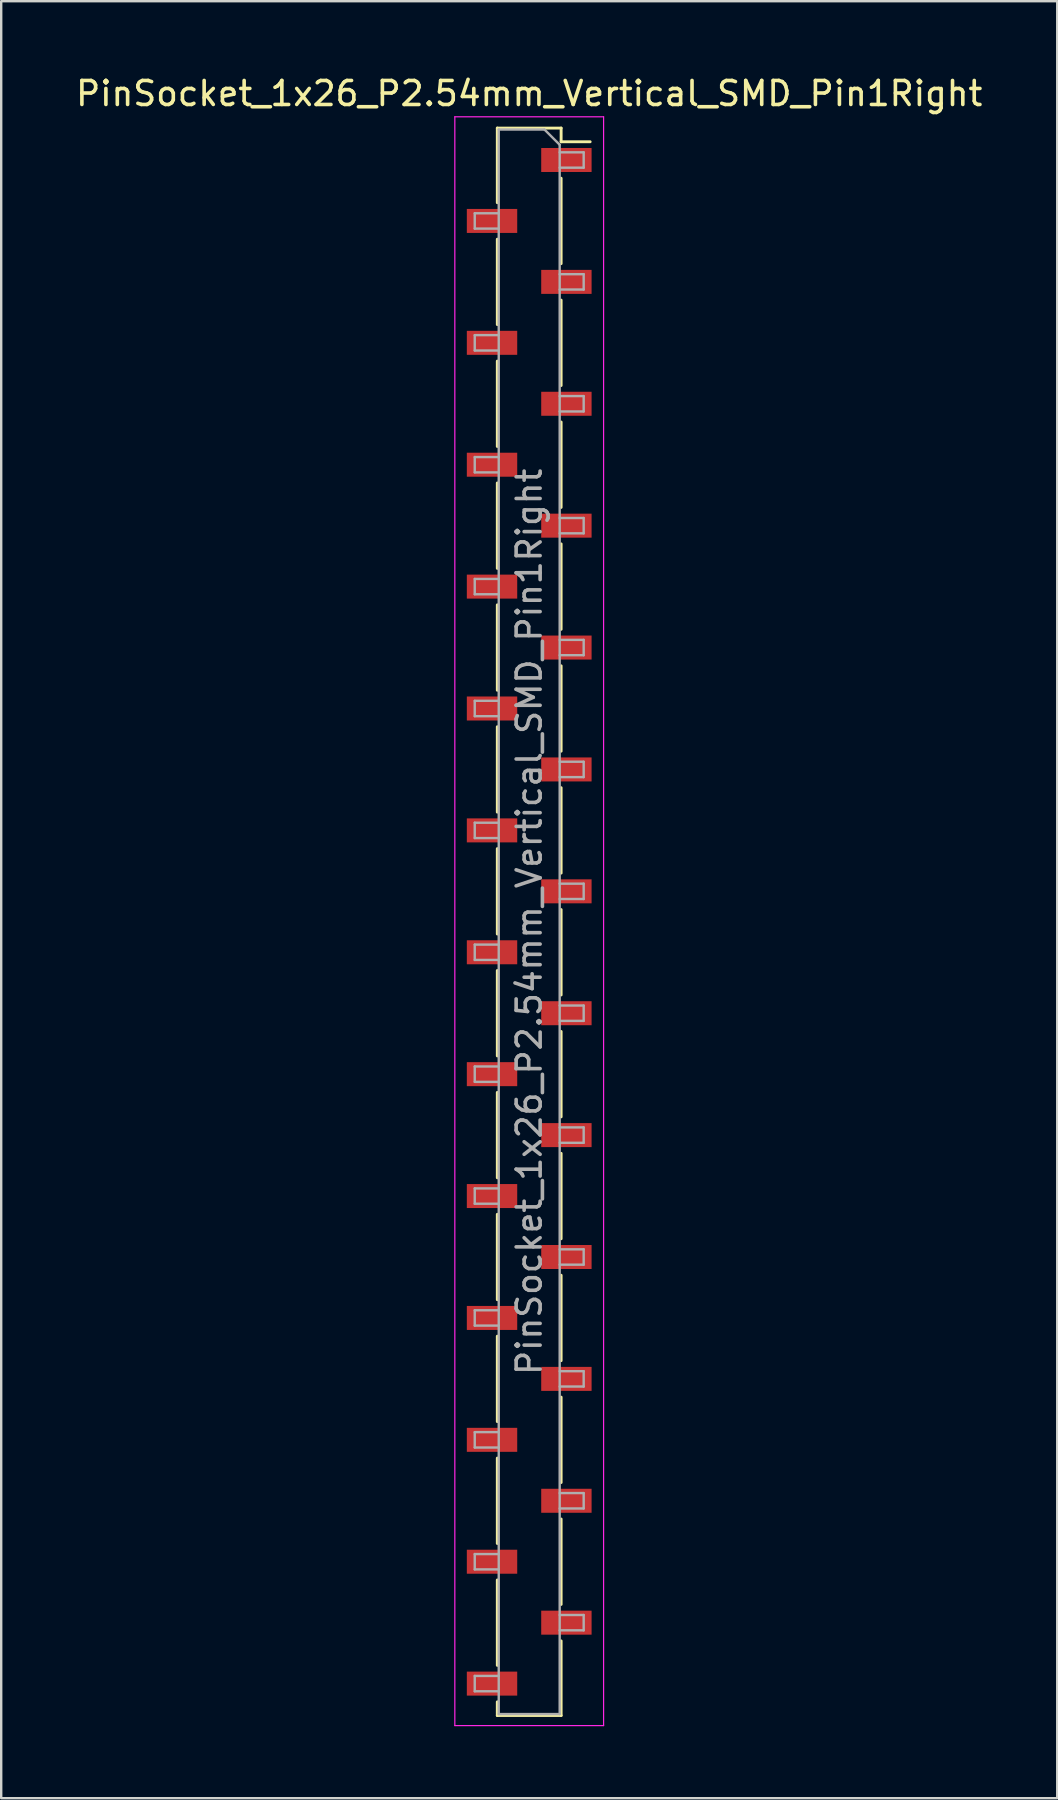
<source format=kicad_pcb>
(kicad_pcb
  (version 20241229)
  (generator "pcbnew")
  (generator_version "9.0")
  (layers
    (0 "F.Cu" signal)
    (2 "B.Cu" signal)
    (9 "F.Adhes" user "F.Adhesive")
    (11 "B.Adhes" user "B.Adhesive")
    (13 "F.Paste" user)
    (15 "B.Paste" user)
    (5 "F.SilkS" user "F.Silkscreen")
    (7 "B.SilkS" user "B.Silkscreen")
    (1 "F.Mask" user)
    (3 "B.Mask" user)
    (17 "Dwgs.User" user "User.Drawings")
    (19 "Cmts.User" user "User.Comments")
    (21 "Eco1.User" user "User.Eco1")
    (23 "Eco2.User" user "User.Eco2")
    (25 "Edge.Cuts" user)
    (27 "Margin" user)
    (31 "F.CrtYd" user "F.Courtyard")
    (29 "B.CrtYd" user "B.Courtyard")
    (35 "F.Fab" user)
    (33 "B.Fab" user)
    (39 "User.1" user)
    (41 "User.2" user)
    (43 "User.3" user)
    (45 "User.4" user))
  (footprint "PinSocket_1x26_P2.54mm_Vertical_SMD_Pin1Right"
    (layer "F.Cu")
    (at 19.006 35.368)
    (property "Reference" "PinSocket_1x26_P2.54mm_Vertical_SMD_Pin1Right" (at 0 -34.52 0) (layer "F.SilkS") (effects (font (size 1 1) (thickness 0.15))))
    (attr smd)
    (fp_line (start -1.33 -33.08) (end -1.33 -29.97) (stroke (width 0.12) (type solid)) (layer "F.SilkS"))
    (fp_line (start -1.33 -33.08) (end 1.33 -33.08) (stroke (width 0.12) (type solid)) (layer "F.SilkS"))
    (fp_line (start -1.33 -28.45) (end -1.33 -24.89) (stroke (width 0.12) (type solid)) (layer "F.SilkS"))
    (fp_line (start -1.33 -23.37) (end -1.33 -19.81) (stroke (width 0.12) (type solid)) (layer "F.SilkS"))
    (fp_line (start -1.33 -18.29) (end -1.33 -14.73) (stroke (width 0.12) (type solid)) (layer "F.SilkS"))
    (fp_line (start -1.33 -13.21) (end -1.33 -9.65) (stroke (width 0.12) (type solid)) (layer "F.SilkS"))
    (fp_line (start -1.33 -8.13) (end -1.33 -4.57) (stroke (width 0.12) (type solid)) (layer "F.SilkS"))
    (fp_line (start -1.33 -3.05) (end -1.33 0.51) (stroke (width 0.12) (type solid)) (layer "F.SilkS"))
    (fp_line (start -1.33 2.03) (end -1.33 5.59) (stroke (width 0.12) (type solid)) (layer "F.SilkS"))
    (fp_line (start -1.33 7.11) (end -1.33 10.67) (stroke (width 0.12) (type solid)) (layer "F.SilkS"))
    (fp_line (start -1.33 12.19) (end -1.33 15.75) (stroke (width 0.12) (type solid)) (layer "F.SilkS"))
    (fp_line (start -1.33 17.27) (end -1.33 20.83) (stroke (width 0.12) (type solid)) (layer "F.SilkS"))
    (fp_line (start -1.33 22.35) (end -1.33 25.91) (stroke (width 0.12) (type solid)) (layer "F.SilkS"))
    (fp_line (start -1.33 27.43) (end -1.33 30.99) (stroke (width 0.12) (type solid)) (layer "F.SilkS"))
    (fp_line (start -1.33 32.51) (end -1.33 33.08) (stroke (width 0.12) (type solid)) (layer "F.SilkS"))
    (fp_line (start -1.33 33.08) (end 1.33 33.08) (stroke (width 0.12) (type solid)) (layer "F.SilkS"))
    (fp_line (start 1.33 -33.08) (end 1.33 -32.51) (stroke (width 0.12) (type solid)) (layer "F.SilkS"))
    (fp_line (start 1.33 -32.51) (end 2.54 -32.51) (stroke (width 0.12) (type solid)) (layer "F.SilkS"))
    (fp_line (start 1.33 -30.99) (end 1.33 -27.43) (stroke (width 0.12) (type solid)) (layer "F.SilkS"))
    (fp_line (start 1.33 -25.91) (end 1.33 -22.35) (stroke (width 0.12) (type solid)) (layer "F.SilkS"))
    (fp_line (start 1.33 -20.83) (end 1.33 -17.27) (stroke (width 0.12) (type solid)) (layer "F.SilkS"))
    (fp_line (start 1.33 -15.75) (end 1.33 -12.19) (stroke (width 0.12) (type solid)) (layer "F.SilkS"))
    (fp_line (start 1.33 -10.67) (end 1.33 -7.11) (stroke (width 0.12) (type solid)) (layer "F.SilkS"))
    (fp_line (start 1.33 -5.59) (end 1.33 -2.03) (stroke (width 0.12) (type solid)) (layer "F.SilkS"))
    (fp_line (start 1.33 -0.51) (end 1.33 3.05) (stroke (width 0.12) (type solid)) (layer "F.SilkS"))
    (fp_line (start 1.33 4.57) (end 1.33 8.13) (stroke (width 0.12) (type solid)) (layer "F.SilkS"))
    (fp_line (start 1.33 9.65) (end 1.33 13.21) (stroke (width 0.12) (type solid)) (layer "F.SilkS"))
    (fp_line (start 1.33 14.73) (end 1.33 18.29) (stroke (width 0.12) (type solid)) (layer "F.SilkS"))
    (fp_line (start 1.33 19.81) (end 1.33 23.37) (stroke (width 0.12) (type solid)) (layer "F.SilkS"))
    (fp_line (start 1.33 24.89) (end 1.33 28.45) (stroke (width 0.12) (type solid)) (layer "F.SilkS"))
    (fp_line (start 1.33 29.97) (end 1.33 33.08) (stroke (width 0.12) (type solid)) (layer "F.SilkS"))
    (fp_line (start -3.1 -33.55) (end 3.1 -33.55) (stroke (width 0.05) (type solid)) (layer "F.CrtYd"))
    (fp_line (start -3.1 33.5) (end -3.1 -33.55) (stroke (width 0.05) (type solid)) (layer "F.CrtYd"))
    (fp_line (start 3.1 -33.55) (end 3.1 33.5) (stroke (width 0.05) (type solid)) (layer "F.CrtYd"))
    (fp_line (start 3.1 33.5) (end -3.1 33.5) (stroke (width 0.05) (type solid)) (layer "F.CrtYd"))
    (fp_line (start -2.27 -29.53) (end -1.27 -29.53) (stroke (width 0.1) (type solid)) (layer "F.Fab"))
    (fp_line (start -2.27 -28.89) (end -2.27 -29.53) (stroke (width 0.1) (type solid)) (layer "F.Fab"))
    (fp_line (start -2.27 -24.45) (end -1.27 -24.45) (stroke (width 0.1) (type solid)) (layer "F.Fab"))
    (fp_line (start -2.27 -23.81) (end -2.27 -24.45) (stroke (width 0.1) (type solid)) (layer "F.Fab"))
    (fp_line (start -2.27 -19.37) (end -1.27 -19.37) (stroke (width 0.1) (type solid)) (layer "F.Fab"))
    (fp_line (start -2.27 -18.73) (end -2.27 -19.37) (stroke (width 0.1) (type solid)) (layer "F.Fab"))
    (fp_line (start -2.27 -14.29) (end -1.27 -14.29) (stroke (width 0.1) (type solid)) (layer "F.Fab"))
    (fp_line (start -2.27 -13.65) (end -2.27 -14.29) (stroke (width 0.1) (type solid)) (layer "F.Fab"))
    (fp_line (start -2.27 -9.21) (end -1.27 -9.21) (stroke (width 0.1) (type solid)) (layer "F.Fab"))
    (fp_line (start -2.27 -8.57) (end -2.27 -9.21) (stroke (width 0.1) (type solid)) (layer "F.Fab"))
    (fp_line (start -2.27 -4.13) (end -1.27 -4.13) (stroke (width 0.1) (type solid)) (layer "F.Fab"))
    (fp_line (start -2.27 -3.49) (end -2.27 -4.13) (stroke (width 0.1) (type solid)) (layer "F.Fab"))
    (fp_line (start -2.27 0.95) (end -1.27 0.95) (stroke (width 0.1) (type solid)) (layer "F.Fab"))
    (fp_line (start -2.27 1.59) (end -2.27 0.95) (stroke (width 0.1) (type solid)) (layer "F.Fab"))
    (fp_line (start -2.27 6.03) (end -1.27 6.03) (stroke (width 0.1) (type solid)) (layer "F.Fab"))
    (fp_line (start -2.27 6.67) (end -2.27 6.03) (stroke (width 0.1) (type solid)) (layer "F.Fab"))
    (fp_line (start -2.27 11.11) (end -1.27 11.11) (stroke (width 0.1) (type solid)) (layer "F.Fab"))
    (fp_line (start -2.27 11.75) (end -2.27 11.11) (stroke (width 0.1) (type solid)) (layer "F.Fab"))
    (fp_line (start -2.27 16.19) (end -1.27 16.19) (stroke (width 0.1) (type solid)) (layer "F.Fab"))
    (fp_line (start -2.27 16.83) (end -2.27 16.19) (stroke (width 0.1) (type solid)) (layer "F.Fab"))
    (fp_line (start -2.27 21.27) (end -1.27 21.27) (stroke (width 0.1) (type solid)) (layer "F.Fab"))
    (fp_line (start -2.27 21.91) (end -2.27 21.27) (stroke (width 0.1) (type solid)) (layer "F.Fab"))
    (fp_line (start -2.27 26.35) (end -1.27 26.35) (stroke (width 0.1) (type solid)) (layer "F.Fab"))
    (fp_line (start -2.27 26.99) (end -2.27 26.35) (stroke (width 0.1) (type solid)) (layer "F.Fab"))
    (fp_line (start -2.27 31.43) (end -1.27 31.43) (stroke (width 0.1) (type solid)) (layer "F.Fab"))
    (fp_line (start -2.27 32.07) (end -2.27 31.43) (stroke (width 0.1) (type solid)) (layer "F.Fab"))
    (fp_line (start -1.27 -33.02) (end 0.635 -33.02) (stroke (width 0.1) (type solid)) (layer "F.Fab"))
    (fp_line (start -1.27 -28.89) (end -2.27 -28.89) (stroke (width 0.1) (type solid)) (layer "F.Fab"))
    (fp_line (start -1.27 -23.81) (end -2.27 -23.81) (stroke (width 0.1) (type solid)) (layer "F.Fab"))
    (fp_line (start -1.27 -18.73) (end -2.27 -18.73) (stroke (width 0.1) (type solid)) (layer "F.Fab"))
    (fp_line (start -1.27 -13.65) (end -2.27 -13.65) (stroke (width 0.1) (type solid)) (layer "F.Fab"))
    (fp_line (start -1.27 -8.57) (end -2.27 -8.57) (stroke (width 0.1) (type solid)) (layer "F.Fab"))
    (fp_line (start -1.27 -3.49) (end -2.27 -3.49) (stroke (width 0.1) (type solid)) (layer "F.Fab"))
    (fp_line (start -1.27 1.59) (end -2.27 1.59) (stroke (width 0.1) (type solid)) (layer "F.Fab"))
    (fp_line (start -1.27 6.67) (end -2.27 6.67) (stroke (width 0.1) (type solid)) (layer "F.Fab"))
    (fp_line (start -1.27 11.75) (end -2.27 11.75) (stroke (width 0.1) (type solid)) (layer "F.Fab"))
    (fp_line (start -1.27 16.83) (end -2.27 16.83) (stroke (width 0.1) (type solid)) (layer "F.Fab"))
    (fp_line (start -1.27 21.91) (end -2.27 21.91) (stroke (width 0.1) (type solid)) (layer "F.Fab"))
    (fp_line (start -1.27 26.99) (end -2.27 26.99) (stroke (width 0.1) (type solid)) (layer "F.Fab"))
    (fp_line (start -1.27 32.07) (end -2.27 32.07) (stroke (width 0.1) (type solid)) (layer "F.Fab"))
    (fp_line (start -1.27 33.02) (end -1.27 -33.02) (stroke (width 0.1) (type solid)) (layer "F.Fab"))
    (fp_line (start 0.635 -33.02) (end 1.27 -32.385) (stroke (width 0.1) (type solid)) (layer "F.Fab"))
    (fp_line (start 1.27 -32.385) (end 1.27 33.02) (stroke (width 0.1) (type solid)) (layer "F.Fab"))
    (fp_line (start 1.27 -32.07) (end 2.27 -32.07) (stroke (width 0.1) (type solid)) (layer "F.Fab"))
    (fp_line (start 1.27 -26.99) (end 2.27 -26.99) (stroke (width 0.1) (type solid)) (layer "F.Fab"))
    (fp_line (start 1.27 -21.91) (end 2.27 -21.91) (stroke (width 0.1) (type solid)) (layer "F.Fab"))
    (fp_line (start 1.27 -16.83) (end 2.27 -16.83) (stroke (width 0.1) (type solid)) (layer "F.Fab"))
    (fp_line (start 1.27 -11.75) (end 2.27 -11.75) (stroke (width 0.1) (type solid)) (layer "F.Fab"))
    (fp_line (start 1.27 -6.67) (end 2.27 -6.67) (stroke (width 0.1) (type solid)) (layer "F.Fab"))
    (fp_line (start 1.27 -1.59) (end 2.27 -1.59) (stroke (width 0.1) (type solid)) (layer "F.Fab"))
    (fp_line (start 1.27 3.49) (end 2.27 3.49) (stroke (width 0.1) (type solid)) (layer "F.Fab"))
    (fp_line (start 1.27 8.57) (end 2.27 8.57) (stroke (width 0.1) (type solid)) (layer "F.Fab"))
    (fp_line (start 1.27 13.65) (end 2.27 13.65) (stroke (width 0.1) (type solid)) (layer "F.Fab"))
    (fp_line (start 1.27 18.73) (end 2.27 18.73) (stroke (width 0.1) (type solid)) (layer "F.Fab"))
    (fp_line (start 1.27 23.81) (end 2.27 23.81) (stroke (width 0.1) (type solid)) (layer "F.Fab"))
    (fp_line (start 1.27 28.89) (end 2.27 28.89) (stroke (width 0.1) (type solid)) (layer "F.Fab"))
    (fp_line (start 1.27 33.02) (end -1.27 33.02) (stroke (width 0.1) (type solid)) (layer "F.Fab"))
    (fp_line (start 2.27 -32.07) (end 2.27 -31.43) (stroke (width 0.1) (type solid)) (layer "F.Fab"))
    (fp_line (start 2.27 -31.43) (end 1.27 -31.43) (stroke (width 0.1) (type solid)) (layer "F.Fab"))
    (fp_line (start 2.27 -26.99) (end 2.27 -26.35) (stroke (width 0.1) (type solid)) (layer "F.Fab"))
    (fp_line (start 2.27 -26.35) (end 1.27 -26.35) (stroke (width 0.1) (type solid)) (layer "F.Fab"))
    (fp_line (start 2.27 -21.91) (end 2.27 -21.27) (stroke (width 0.1) (type solid)) (layer "F.Fab"))
    (fp_line (start 2.27 -21.27) (end 1.27 -21.27) (stroke (width 0.1) (type solid)) (layer "F.Fab"))
    (fp_line (start 2.27 -16.83) (end 2.27 -16.19) (stroke (width 0.1) (type solid)) (layer "F.Fab"))
    (fp_line (start 2.27 -16.19) (end 1.27 -16.19) (stroke (width 0.1) (type solid)) (layer "F.Fab"))
    (fp_line (start 2.27 -11.75) (end 2.27 -11.11) (stroke (width 0.1) (type solid)) (layer "F.Fab"))
    (fp_line (start 2.27 -11.11) (end 1.27 -11.11) (stroke (width 0.1) (type solid)) (layer "F.Fab"))
    (fp_line (start 2.27 -6.67) (end 2.27 -6.03) (stroke (width 0.1) (type solid)) (layer "F.Fab"))
    (fp_line (start 2.27 -6.03) (end 1.27 -6.03) (stroke (width 0.1) (type solid)) (layer "F.Fab"))
    (fp_line (start 2.27 -1.59) (end 2.27 -0.95) (stroke (width 0.1) (type solid)) (layer "F.Fab"))
    (fp_line (start 2.27 -0.95) (end 1.27 -0.95) (stroke (width 0.1) (type solid)) (layer "F.Fab"))
    (fp_line (start 2.27 3.49) (end 2.27 4.13) (stroke (width 0.1) (type solid)) (layer "F.Fab"))
    (fp_line (start 2.27 4.13) (end 1.27 4.13) (stroke (width 0.1) (type solid)) (layer "F.Fab"))
    (fp_line (start 2.27 8.57) (end 2.27 9.21) (stroke (width 0.1) (type solid)) (layer "F.Fab"))
    (fp_line (start 2.27 9.21) (end 1.27 9.21) (stroke (width 0.1) (type solid)) (layer "F.Fab"))
    (fp_line (start 2.27 13.65) (end 2.27 14.29) (stroke (width 0.1) (type solid)) (layer "F.Fab"))
    (fp_line (start 2.27 14.29) (end 1.27 14.29) (stroke (width 0.1) (type solid)) (layer "F.Fab"))
    (fp_line (start 2.27 18.73) (end 2.27 19.37) (stroke (width 0.1) (type solid)) (layer "F.Fab"))
    (fp_line (start 2.27 19.37) (end 1.27 19.37) (stroke (width 0.1) (type solid)) (layer "F.Fab"))
    (fp_line (start 2.27 23.81) (end 2.27 24.45) (stroke (width 0.1) (type solid)) (layer "F.Fab"))
    (fp_line (start 2.27 24.45) (end 1.27 24.45) (stroke (width 0.1) (type solid)) (layer "F.Fab"))
    (fp_line (start 2.27 28.89) (end 2.27 29.53) (stroke (width 0.1) (type solid)) (layer "F.Fab"))
    (fp_line (start 2.27 29.53) (end 1.27 29.53) (stroke (width 0.1) (type solid)) (layer "F.Fab"))
    (fp_text user "${REFERENCE}" (at 0 0 90) (layer "F.Fab") (effects (font (size 1 1) (thickness 0.15))))
    (pad "1" smd rect (at 1.55 -31.75) (size 2.1 1) (layers "F.Cu" "F.Mask" "F.Paste"))
    (pad "2" smd rect (at -1.55 -29.21) (size 2.1 1) (layers "F.Cu" "F.Mask" "F.Paste"))
    (pad "3" smd rect (at 1.55 -26.67) (size 2.1 1) (layers "F.Cu" "F.Mask" "F.Paste"))
    (pad "4" smd rect (at -1.55 -24.13) (size 2.1 1) (layers "F.Cu" "F.Mask" "F.Paste"))
    (pad "5" smd rect (at 1.55 -21.59) (size 2.1 1) (layers "F.Cu" "F.Mask" "F.Paste"))
    (pad "6" smd rect (at -1.55 -19.05) (size 2.1 1) (layers "F.Cu" "F.Mask" "F.Paste"))
    (pad "7" smd rect (at 1.55 -16.51) (size 2.1 1) (layers "F.Cu" "F.Mask" "F.Paste"))
    (pad "8" smd rect (at -1.55 -13.97) (size 2.1 1) (layers "F.Cu" "F.Mask" "F.Paste"))
    (pad "9" smd rect (at 1.55 -11.43) (size 2.1 1) (layers "F.Cu" "F.Mask" "F.Paste"))
    (pad "10" smd rect (at -1.55 -8.89) (size 2.1 1) (layers "F.Cu" "F.Mask" "F.Paste"))
    (pad "11" smd rect (at 1.55 -6.35) (size 2.1 1) (layers "F.Cu" "F.Mask" "F.Paste"))
    (pad "12" smd rect (at -1.55 -3.81) (size 2.1 1) (layers "F.Cu" "F.Mask" "F.Paste"))
    (pad "13" smd rect (at 1.55 -1.27) (size 2.1 1) (layers "F.Cu" "F.Mask" "F.Paste"))
    (pad "14" smd rect (at -1.55 1.27) (size 2.1 1) (layers "F.Cu" "F.Mask" "F.Paste"))
    (pad "15" smd rect (at 1.55 3.81) (size 2.1 1) (layers "F.Cu" "F.Mask" "F.Paste"))
    (pad "16" smd rect (at -1.55 6.35) (size 2.1 1) (layers "F.Cu" "F.Mask" "F.Paste"))
    (pad "17" smd rect (at 1.55 8.89) (size 2.1 1) (layers "F.Cu" "F.Mask" "F.Paste"))
    (pad "18" smd rect (at -1.55 11.43) (size 2.1 1) (layers "F.Cu" "F.Mask" "F.Paste"))
    (pad "19" smd rect (at 1.55 13.97) (size 2.1 1) (layers "F.Cu" "F.Mask" "F.Paste"))
    (pad "20" smd rect (at -1.55 16.51) (size 2.1 1) (layers "F.Cu" "F.Mask" "F.Paste"))
    (pad "21" smd rect (at 1.55 19.05) (size 2.1 1) (layers "F.Cu" "F.Mask" "F.Paste"))
    (pad "22" smd rect (at -1.55 21.59) (size 2.1 1) (layers "F.Cu" "F.Mask" "F.Paste"))
    (pad "23" smd rect (at 1.55 24.13) (size 2.1 1) (layers "F.Cu" "F.Mask" "F.Paste"))
    (pad "24" smd rect (at -1.55 26.67) (size 2.1 1) (layers "F.Cu" "F.Mask" "F.Paste"))
    (pad "25" smd rect (at 1.55 29.21) (size 2.1 1) (layers "F.Cu" "F.Mask" "F.Paste"))
    (pad "26" smd rect (at -1.55 31.75) (size 2.1 1) (layers "F.Cu" "F.Mask" "F.Paste")))
  (gr_rect
    (start -3 -3)
    (end 41.012 71.893)
    (stroke (width 0.1) (type default))
    (fill no)
    (layer "Edge.Cuts")))
</source>
